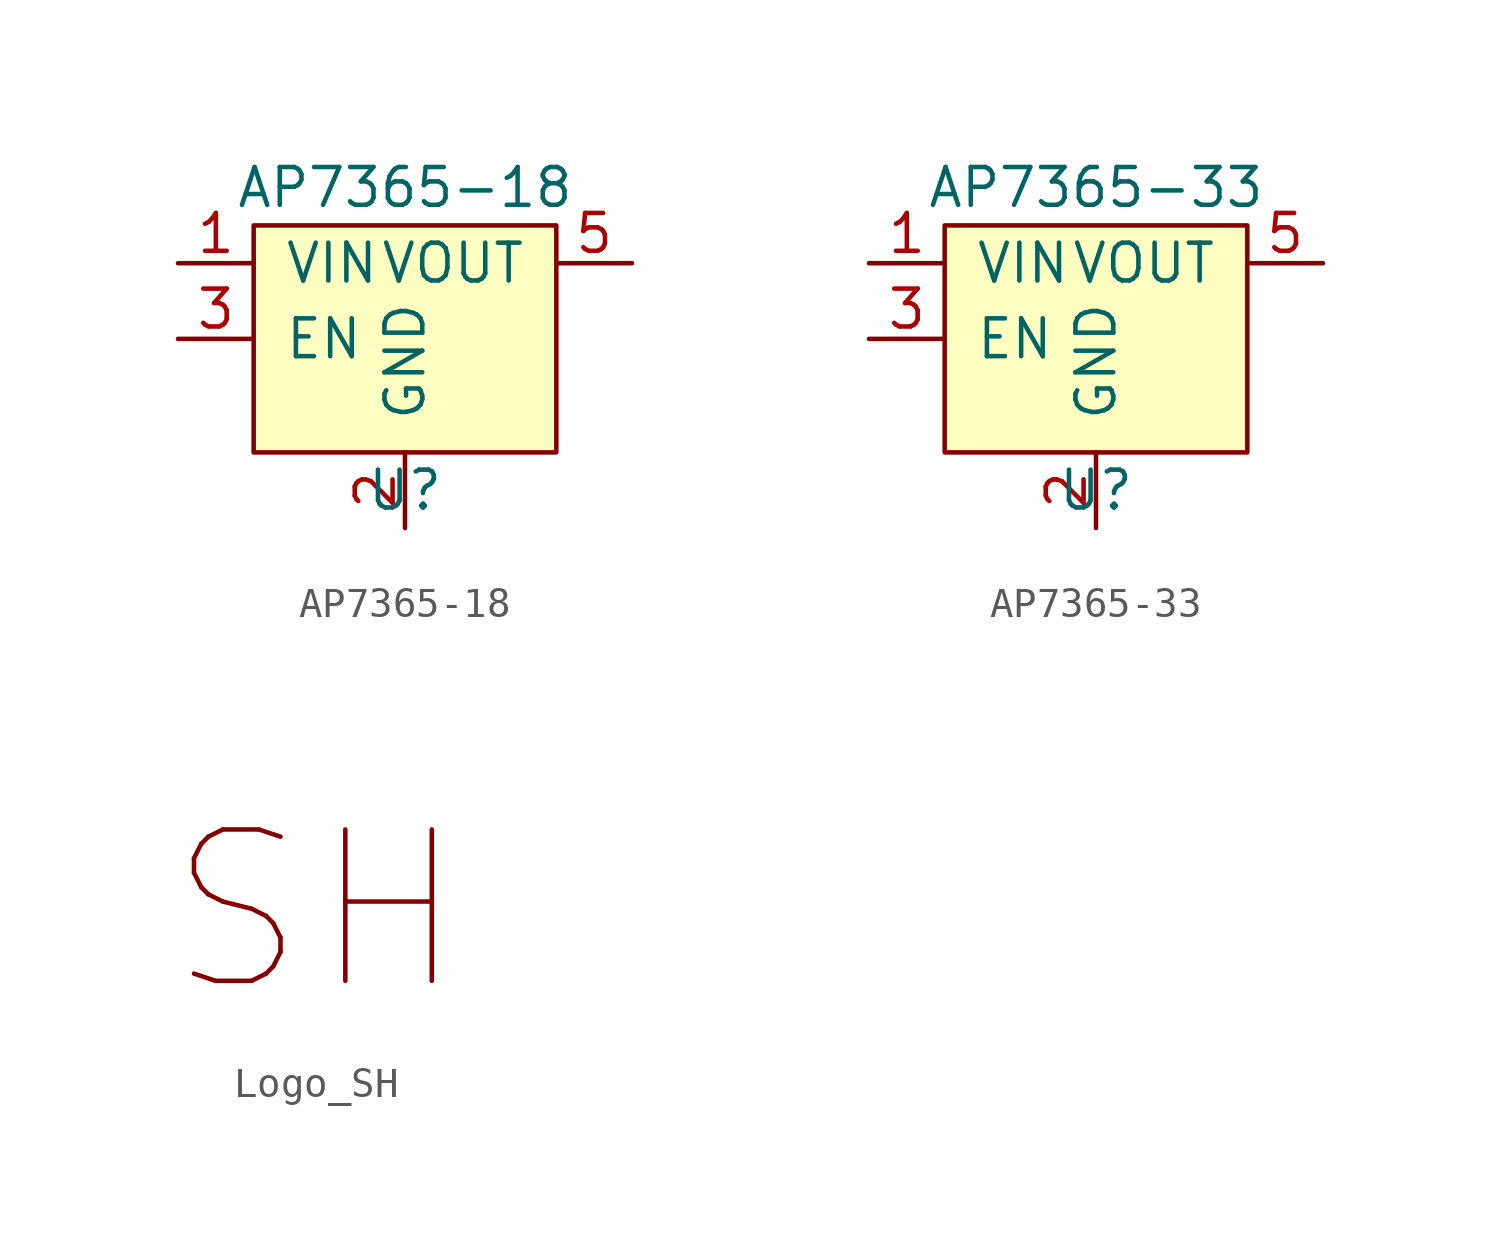
<source format=kicad_sym>
(kicad_symbol_lib
  (version 20220914)
  (generator kicad_symbol_editor)
  (symbol "AP7365-18"
    (pin_names
      (offset 1.016))
    (property "Reference" "U"
      (at 0 -5.08 0)
      (effects (font (size 1.27 1.27))))
    (property "Value" "AP7365-18"
      (at 0 5.08 0)
      (effects (font (size 1.27 1.27))))
    (symbol "AP7365-18_0_1"
      (rectangle (start -5.08 3.81) (end 5.08 -3.81) (stroke (width 0) (type solid)) (fill (type background))))
    (symbol "AP7365-18_1_1"
      (pin power_in line (at -7.62 2.54 0) (length 2.54) (name "VIN" (effects (font (size 1.27 1.27)))) (number "1" (effects (font (size 1.27 1.27)))))
      (pin power_in line (at 0 -6.35 90) (length 2.54) (name "GND" (effects (font (size 1.27 1.27)))) (number "2" (effects (font (size 1.27 1.27)))))
      (pin input line (at -7.62 0 0) (length 2.54) (name "EN" (effects (font (size 1.27 1.27)))) (number "3" (effects (font (size 1.27 1.27)))))
      (pin no_connect line (at 7.62 0 180) (length 2.54) hide (name "NC" (effects (font (size 1.27 1.27)))) (number "4" (effects (font (size 1.27 1.27)))))
      (pin power_out line (at 7.62 2.54 180) (length 2.54) (name "VOUT" (effects (font (size 1.27 1.27)))) (number "5" (effects (font (size 1.27 1.27)))))))
  (symbol "AP7365-33"
    (pin_names
      (offset 1.016))
    (property "Reference" "U"
      (at 0 -5.08 0)
      (effects (font (size 1.27 1.27))))
    (property "Value" "AP7365-33"
      (at 0 5.08 0)
      (effects (font (size 1.27 1.27))))
    (symbol "AP7365-33_0_1"
      (rectangle (start -5.08 3.81) (end 5.08 -3.81) (stroke (width 0) (type solid)) (fill (type background))))
    (symbol "AP7365-33_1_1"
      (pin power_in line (at -7.62 2.54 0) (length 2.54) (name "VIN" (effects (font (size 1.27 1.27)))) (number "1" (effects (font (size 1.27 1.27)))))
      (pin power_in line (at 0 -6.35 90) (length 2.54) (name "GND" (effects (font (size 1.27 1.27)))) (number "2" (effects (font (size 1.27 1.27)))))
      (pin input line (at -7.62 0 0) (length 2.54) (name "EN" (effects (font (size 1.27 1.27)))) (number "3" (effects (font (size 1.27 1.27)))))
      (pin no_connect line (at 7.62 0 180) (length 2.54) hide (name "NC" (effects (font (size 1.27 1.27)))) (number "4" (effects (font (size 1.27 1.27)))))
      (pin power_out line (at 7.62 2.54 180) (length 2.54) (name "VOUT" (effects (font (size 1.27 1.27)))) (number "5" (effects (font (size 1.27 1.27)))))))
  (symbol "Logo_SH"
    (pin_names
      (offset 1.016))
    (property "Reference" "#LOGO?"
      (at 0 -6.35 0)
      (effects (font (size 1.27 1.27)) hide))
    (symbol "Logo_SH_0_0"
      (text "SH" (at 0 0 0) (effects (font (size 5.08 5.08)))))))
</source>
